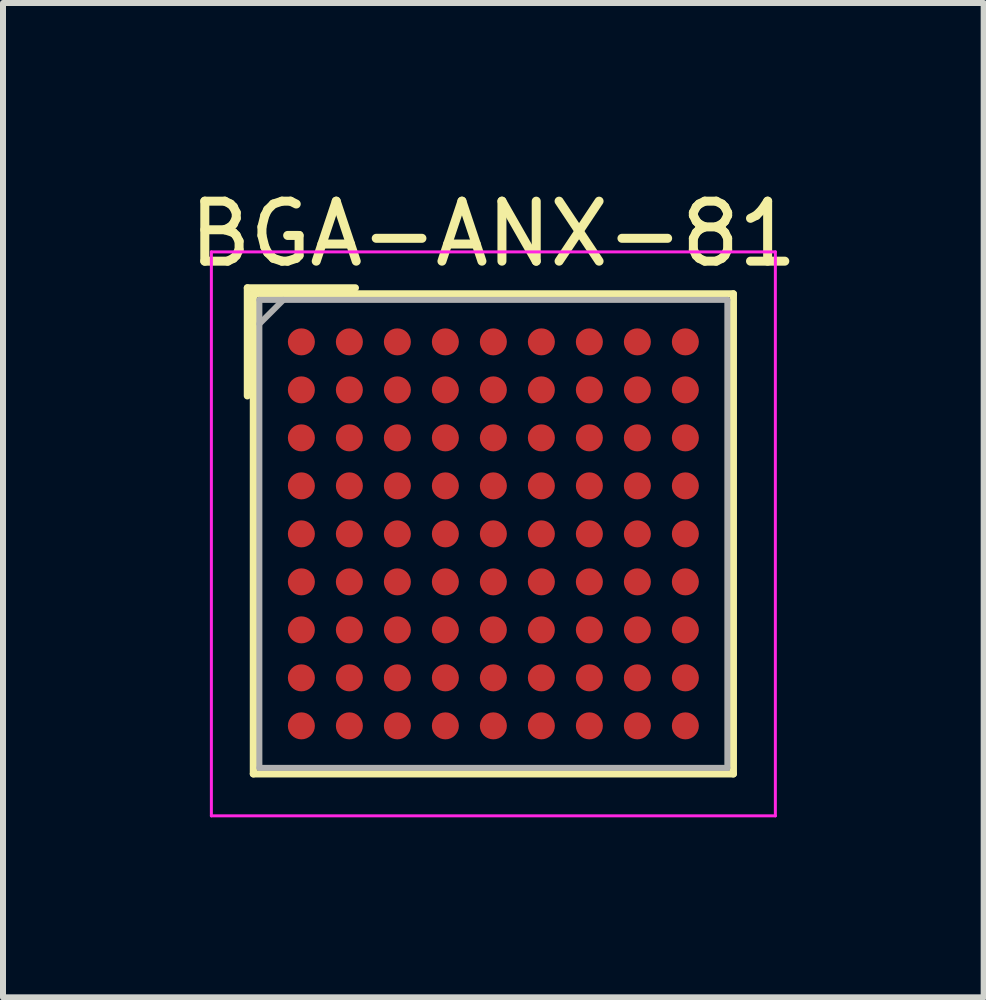
<source format=kicad_pcb>
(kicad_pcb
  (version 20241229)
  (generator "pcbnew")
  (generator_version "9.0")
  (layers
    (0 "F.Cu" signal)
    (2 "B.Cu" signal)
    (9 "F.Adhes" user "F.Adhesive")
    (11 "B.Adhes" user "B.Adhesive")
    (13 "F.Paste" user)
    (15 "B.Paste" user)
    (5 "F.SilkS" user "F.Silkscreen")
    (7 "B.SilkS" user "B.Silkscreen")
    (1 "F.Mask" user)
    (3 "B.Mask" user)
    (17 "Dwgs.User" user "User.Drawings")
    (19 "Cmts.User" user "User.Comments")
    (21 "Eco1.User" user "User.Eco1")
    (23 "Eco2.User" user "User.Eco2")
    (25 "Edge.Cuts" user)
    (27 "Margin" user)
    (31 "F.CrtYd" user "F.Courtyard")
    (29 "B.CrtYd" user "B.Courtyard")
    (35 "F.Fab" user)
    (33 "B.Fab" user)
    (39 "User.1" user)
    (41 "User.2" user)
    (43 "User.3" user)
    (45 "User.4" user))
  (footprint "BGA-ANX-81"
    (layer "F.Cu")
    (at 5.173 5.848)
    (property "Reference" "BGA-ANX-81" (at 0 -5 0) (layer "F.SilkS") (effects (font (size 1 1) (thickness 0.15))))
    (attr smd)
    (fp_line (start -4.1 -4.1) (end -2.3 -4.1) (stroke (width 0.12) (type solid)) (layer "F.SilkS"))
    (fp_line (start -4.1 -2.3) (end -4.1 -4.1) (stroke (width 0.12) (type solid)) (layer "F.SilkS"))
    (fp_line (start -4 -4) (end -4 4) (stroke (width 0.12) (type solid)) (layer "F.SilkS"))
    (fp_line (start -4 4) (end 4 4) (stroke (width 0.12) (type solid)) (layer "F.SilkS"))
    (fp_line (start 4 -4) (end -4 -4) (stroke (width 0.12) (type solid)) (layer "F.SilkS"))
    (fp_line (start 4 4) (end 4 -4) (stroke (width 0.12) (type solid)) (layer "F.SilkS"))
    (fp_line (start -4.7 -4.7) (end -4.7 4.7) (stroke (width 0.05) (type solid)) (layer "F.CrtYd"))
    (fp_line (start -4.7 4.7) (end 4.7 4.7) (stroke (width 0.05) (type solid)) (layer "F.CrtYd"))
    (fp_line (start 4.7 -4.7) (end -4.7 -4.7) (stroke (width 0.05) (type solid)) (layer "F.CrtYd"))
    (fp_line (start 4.7 4.7) (end 4.7 -4.7) (stroke (width 0.05) (type solid)) (layer "F.CrtYd"))
    (fp_line (start -3.9 -3.9) (end -3.9 3.9) (stroke (width 0.1) (type solid)) (layer "F.Fab"))
    (fp_line (start -3.9 -3.5) (end -3.5 -3.9) (stroke (width 0.1) (type solid)) (layer "F.Fab"))
    (fp_line (start -3.9 3.9) (end 3.9 3.9) (stroke (width 0.1) (type solid)) (layer "F.Fab"))
    (fp_line (start 3.9 -3.9) (end -3.9 -3.9) (stroke (width 0.1) (type solid)) (layer "F.Fab"))
    (fp_line (start 3.9 3.9) (end 3.9 -3.9) (stroke (width 0.1) (type solid)) (layer "F.Fab"))
    (pad "A1" smd circle (at -3.2 -3.2) (size 0.45 0.45) (layers "F.Cu" "F.Mask" "F.Paste"))
    (pad "A2" smd circle (at -2.4 -3.2) (size 0.45 0.45) (layers "F.Cu" "F.Mask" "F.Paste"))
    (pad "A3" smd circle (at -1.6 -3.2) (size 0.45 0.45) (layers "F.Cu" "F.Mask" "F.Paste"))
    (pad "A4" smd circle (at -0.8 -3.2) (size 0.45 0.45) (layers "F.Cu" "F.Mask" "F.Paste"))
    (pad "A5" smd circle (at 0 -3.2) (size 0.45 0.45) (layers "F.Cu" "F.Mask" "F.Paste"))
    (pad "A6" smd circle (at 0.8 -3.2) (size 0.45 0.45) (layers "F.Cu" "F.Mask" "F.Paste"))
    (pad "A7" smd circle (at 1.6 -3.2) (size 0.45 0.45) (layers "F.Cu" "F.Mask" "F.Paste"))
    (pad "A8" smd circle (at 2.4 -3.2) (size 0.45 0.45) (layers "F.Cu" "F.Mask" "F.Paste"))
    (pad "A9" smd circle (at 3.2 -3.2) (size 0.45 0.45) (layers "F.Cu" "F.Mask" "F.Paste"))
    (pad "B1" smd circle (at -3.2 -2.4) (size 0.45 0.45) (layers "F.Cu" "F.Mask" "F.Paste"))
    (pad "B2" smd circle (at -2.4 -2.4) (size 0.45 0.45) (layers "F.Cu" "F.Mask" "F.Paste"))
    (pad "B3" smd circle (at -1.6 -2.4) (size 0.45 0.45) (layers "F.Cu" "F.Mask" "F.Paste"))
    (pad "B4" smd circle (at -0.8 -2.4) (size 0.45 0.45) (layers "F.Cu" "F.Mask" "F.Paste"))
    (pad "B5" smd circle (at 0 -2.4) (size 0.45 0.45) (layers "F.Cu" "F.Mask" "F.Paste"))
    (pad "B6" smd circle (at 0.8 -2.4) (size 0.45 0.45) (layers "F.Cu" "F.Mask" "F.Paste"))
    (pad "B7" smd circle (at 1.6 -2.4) (size 0.45 0.45) (layers "F.Cu" "F.Mask" "F.Paste"))
    (pad "B8" smd circle (at 2.4 -2.4) (size 0.45 0.45) (layers "F.Cu" "F.Mask" "F.Paste"))
    (pad "B9" smd circle (at 3.2 -2.4) (size 0.45 0.45) (layers "F.Cu" "F.Mask" "F.Paste"))
    (pad "C1" smd circle (at -3.2 -1.6) (size 0.45 0.45) (layers "F.Cu" "F.Mask" "F.Paste"))
    (pad "C2" smd circle (at -2.4 -1.6) (size 0.45 0.45) (layers "F.Cu" "F.Mask" "F.Paste"))
    (pad "C3" smd circle (at -1.6 -1.6) (size 0.45 0.45) (layers "F.Cu" "F.Mask" "F.Paste"))
    (pad "C4" smd circle (at -0.8 -1.6) (size 0.45 0.45) (layers "F.Cu" "F.Mask" "F.Paste"))
    (pad "C5" smd circle (at 0 -1.6) (size 0.45 0.45) (layers "F.Cu" "F.Mask" "F.Paste"))
    (pad "C6" smd circle (at 0.8 -1.6) (size 0.45 0.45) (layers "F.Cu" "F.Mask" "F.Paste"))
    (pad "C7" smd circle (at 1.6 -1.6) (size 0.45 0.45) (layers "F.Cu" "F.Mask" "F.Paste"))
    (pad "C8" smd circle (at 2.4 -1.6) (size 0.45 0.45) (layers "F.Cu" "F.Mask" "F.Paste"))
    (pad "C9" smd circle (at 3.2 -1.6) (size 0.45 0.45) (layers "F.Cu" "F.Mask" "F.Paste"))
    (pad "D1" smd circle (at -3.2 -0.8) (size 0.45 0.45) (layers "F.Cu" "F.Mask" "F.Paste"))
    (pad "D2" smd circle (at -2.4 -0.8) (size 0.45 0.45) (layers "F.Cu" "F.Mask" "F.Paste"))
    (pad "D3" smd circle (at -1.6 -0.8) (size 0.45 0.45) (layers "F.Cu" "F.Mask" "F.Paste"))
    (pad "D4" smd circle (at -0.8 -0.8) (size 0.45 0.45) (layers "F.Cu" "F.Mask" "F.Paste"))
    (pad "D5" smd circle (at 0 -0.8) (size 0.45 0.45) (layers "F.Cu" "F.Mask" "F.Paste"))
    (pad "D6" smd circle (at 0.8 -0.8) (size 0.45 0.45) (layers "F.Cu" "F.Mask" "F.Paste"))
    (pad "D7" smd circle (at 1.6 -0.8) (size 0.45 0.45) (layers "F.Cu" "F.Mask" "F.Paste"))
    (pad "D8" smd circle (at 2.4 -0.8) (size 0.45 0.45) (layers "F.Cu" "F.Mask" "F.Paste"))
    (pad "D9" smd circle (at 3.2 -0.8) (size 0.45 0.45) (layers "F.Cu" "F.Mask" "F.Paste"))
    (pad "E1" smd circle (at -3.2 0) (size 0.45 0.45) (layers "F.Cu" "F.Mask" "F.Paste"))
    (pad "E2" smd circle (at -2.4 0) (size 0.45 0.45) (layers "F.Cu" "F.Mask" "F.Paste"))
    (pad "E3" smd circle (at -1.6 0) (size 0.45 0.45) (layers "F.Cu" "F.Mask" "F.Paste"))
    (pad "E4" smd circle (at -0.8 0) (size 0.45 0.45) (layers "F.Cu" "F.Mask" "F.Paste"))
    (pad "E5" smd circle (at 0 0) (size 0.45 0.45) (layers "F.Cu" "F.Mask" "F.Paste"))
    (pad "E6" smd circle (at 0.8 0) (size 0.45 0.45) (layers "F.Cu" "F.Mask" "F.Paste"))
    (pad "E7" smd circle (at 1.6 0) (size 0.45 0.45) (layers "F.Cu" "F.Mask" "F.Paste"))
    (pad "E8" smd circle (at 2.4 0) (size 0.45 0.45) (layers "F.Cu" "F.Mask" "F.Paste"))
    (pad "E9" smd circle (at 3.2 0) (size 0.45 0.45) (layers "F.Cu" "F.Mask" "F.Paste"))
    (pad "F1" smd circle (at -3.2 0.8) (size 0.45 0.45) (layers "F.Cu" "F.Mask" "F.Paste"))
    (pad "F2" smd circle (at -2.4 0.8) (size 0.45 0.45) (layers "F.Cu" "F.Mask" "F.Paste"))
    (pad "F3" smd circle (at -1.6 0.8) (size 0.45 0.45) (layers "F.Cu" "F.Mask" "F.Paste"))
    (pad "F4" smd circle (at -0.8 0.8) (size 0.45 0.45) (layers "F.Cu" "F.Mask" "F.Paste"))
    (pad "F5" smd circle (at 0 0.8) (size 0.45 0.45) (layers "F.Cu" "F.Mask" "F.Paste"))
    (pad "F6" smd circle (at 0.8 0.8) (size 0.45 0.45) (layers "F.Cu" "F.Mask" "F.Paste"))
    (pad "F7" smd circle (at 1.6 0.8) (size 0.45 0.45) (layers "F.Cu" "F.Mask" "F.Paste"))
    (pad "F8" smd circle (at 2.4 0.8) (size 0.45 0.45) (layers "F.Cu" "F.Mask" "F.Paste"))
    (pad "F9" smd circle (at 3.2 0.8) (size 0.45 0.45) (layers "F.Cu" "F.Mask" "F.Paste"))
    (pad "G1" smd circle (at -3.2 1.6) (size 0.45 0.45) (layers "F.Cu" "F.Mask" "F.Paste"))
    (pad "G2" smd circle (at -2.4 1.6) (size 0.45 0.45) (layers "F.Cu" "F.Mask" "F.Paste"))
    (pad "G3" smd circle (at -1.6 1.6) (size 0.45 0.45) (layers "F.Cu" "F.Mask" "F.Paste"))
    (pad "G4" smd circle (at -0.8 1.6) (size 0.45 0.45) (layers "F.Cu" "F.Mask" "F.Paste"))
    (pad "G5" smd circle (at 0 1.6) (size 0.45 0.45) (layers "F.Cu" "F.Mask" "F.Paste"))
    (pad "G6" smd circle (at 0.8 1.6) (size 0.45 0.45) (layers "F.Cu" "F.Mask" "F.Paste"))
    (pad "G7" smd circle (at 1.6 1.6) (size 0.45 0.45) (layers "F.Cu" "F.Mask" "F.Paste"))
    (pad "G8" smd circle (at 2.4 1.6) (size 0.45 0.45) (layers "F.Cu" "F.Mask" "F.Paste"))
    (pad "G9" smd circle (at 3.2 1.6) (size 0.45 0.45) (layers "F.Cu" "F.Mask" "F.Paste"))
    (pad "H1" smd circle (at -3.2 2.4) (size 0.45 0.45) (layers "F.Cu" "F.Mask" "F.Paste"))
    (pad "H2" smd circle (at -2.4 2.4) (size 0.45 0.45) (layers "F.Cu" "F.Mask" "F.Paste"))
    (pad "H3" smd circle (at -1.6 2.4) (size 0.45 0.45) (layers "F.Cu" "F.Mask" "F.Paste"))
    (pad "H4" smd circle (at -0.8 2.4) (size 0.45 0.45) (layers "F.Cu" "F.Mask" "F.Paste"))
    (pad "H5" smd circle (at 0 2.4) (size 0.45 0.45) (layers "F.Cu" "F.Mask" "F.Paste"))
    (pad "H6" smd circle (at 0.8 2.4) (size 0.45 0.45) (layers "F.Cu" "F.Mask" "F.Paste"))
    (pad "H7" smd circle (at 1.6 2.4) (size 0.45 0.45) (layers "F.Cu" "F.Mask" "F.Paste"))
    (pad "H8" smd circle (at 2.4 2.4) (size 0.45 0.45) (layers "F.Cu" "F.Mask" "F.Paste"))
    (pad "H9" smd circle (at 3.2 2.4) (size 0.45 0.45) (layers "F.Cu" "F.Mask" "F.Paste"))
    (pad "J1" smd circle (at -3.2 3.2) (size 0.45 0.45) (layers "F.Cu" "F.Mask" "F.Paste"))
    (pad "J2" smd circle (at -2.4 3.2) (size 0.45 0.45) (layers "F.Cu" "F.Mask" "F.Paste"))
    (pad "J3" smd circle (at -1.6 3.2) (size 0.45 0.45) (layers "F.Cu" "F.Mask" "F.Paste"))
    (pad "J4" smd circle (at -0.8 3.2) (size 0.45 0.45) (layers "F.Cu" "F.Mask" "F.Paste"))
    (pad "J5" smd circle (at 0 3.2) (size 0.45 0.45) (layers "F.Cu" "F.Mask" "F.Paste"))
    (pad "J6" smd circle (at 0.8 3.2) (size 0.45 0.45) (layers "F.Cu" "F.Mask" "F.Paste"))
    (pad "J7" smd circle (at 1.6 3.2) (size 0.45 0.45) (layers "F.Cu" "F.Mask" "F.Paste"))
    (pad "J8" smd circle (at 2.4 3.2) (size 0.45 0.45) (layers "F.Cu" "F.Mask" "F.Paste"))
    (pad "J9" smd circle (at 3.2 3.2) (size 0.45 0.45) (layers "F.Cu" "F.Mask" "F.Paste")))
  (gr_rect
    (start -3 -3)
    (end 13.345 13.573)
    (stroke (width 0.1) (type default))
    (fill no)
    (layer "Edge.Cuts")))
</source>
